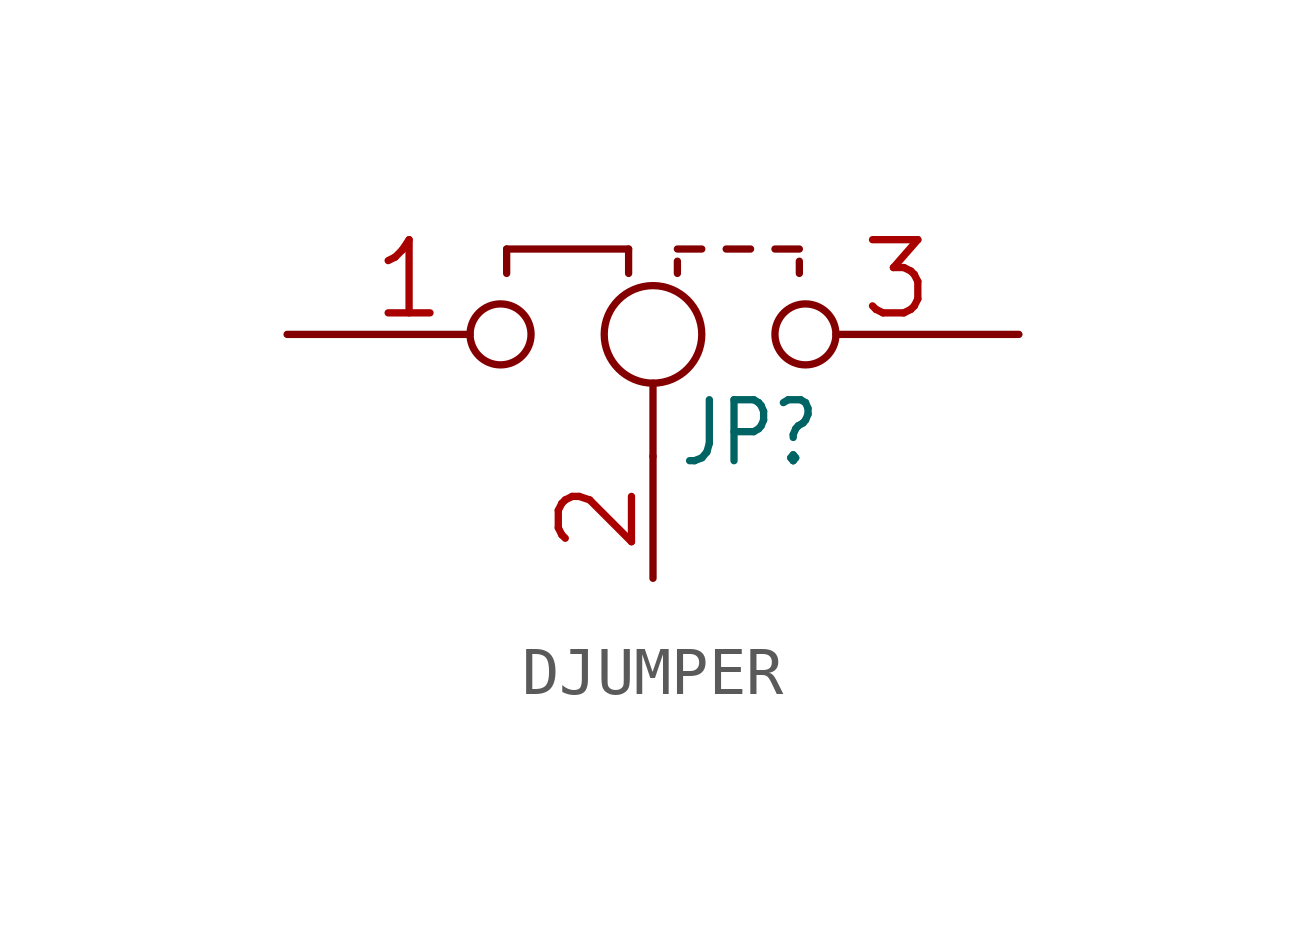
<source format=kicad_sym>
(kicad_symbol_lib
  (version 20241209)
  (generator "kicad_symbol_editor")
  (generator_version "9.0")
  (symbol "DJUMPER"
    (property "Reference" "JP"
      (at 0.508 -2.794 0)
      (effects (font (size 1.27 1.079)) (justify left bottom)))
    (property "ki_locked" ""
      (at 0 0 0)
      (effects (font (size 1.27 1.27))))
    (symbol "DJUMPER_1_0"
      (polyline (pts (xy -3.048 1.778) (xy -0.508 1.778)) (stroke (width 0.152) (type solid)) (fill (type none)))
      (polyline (pts (xy -3.048 1.27) (xy -3.048 1.778)) (stroke (width 0.152) (type solid)) (fill (type none)))
      (polyline (pts (xy -0.508 1.778) (xy -0.508 1.27)) (stroke (width 0.152) (type solid)) (fill (type none)))
      (circle (center 0 0) (radius 1.016) (stroke (width 0.152) (type solid)) (fill (type none)))
      (polyline (pts (xy 0 -2.54) (xy 0 -1.016)) (stroke (width 0.152) (type solid)) (fill (type none)))
      (polyline (pts (xy 0.508 1.778) (xy 1.016 1.778)) (stroke (width 0.152) (type solid)) (fill (type none)))
      (polyline (pts (xy 0.508 1.27) (xy 0.508 1.524)) (stroke (width 0.152) (type solid)) (fill (type none)))
      (polyline (pts (xy 1.524 1.778) (xy 2.032 1.778)) (stroke (width 0.152) (type solid)) (fill (type none)))
      (polyline (pts (xy 2.54 1.778) (xy 3.048 1.778)) (stroke (width 0.152) (type solid)) (fill (type none)))
      (polyline (pts (xy 3.048 1.524) (xy 3.048 1.27)) (stroke (width 0.152) (type solid)) (fill (type none)))
      (pin bidirectional inverted (at -7.62 0 0) (length 5.08) (name "1" (effects (font (size 0 0)))) (number "1" (effects (font (size 1.524 1.524)))))
      (pin bidirectional line (at 0 -5.08 90) (length 2.54) (name "2" (effects (font (size 0 0)))) (number "2" (effects (font (size 1.524 1.524)))))
      (pin bidirectional inverted (at 7.62 0 180) (length 5.08) (name "3" (effects (font (size 0 0)))) (number "3" (effects (font (size 1.524 1.524))))))))
</source>
